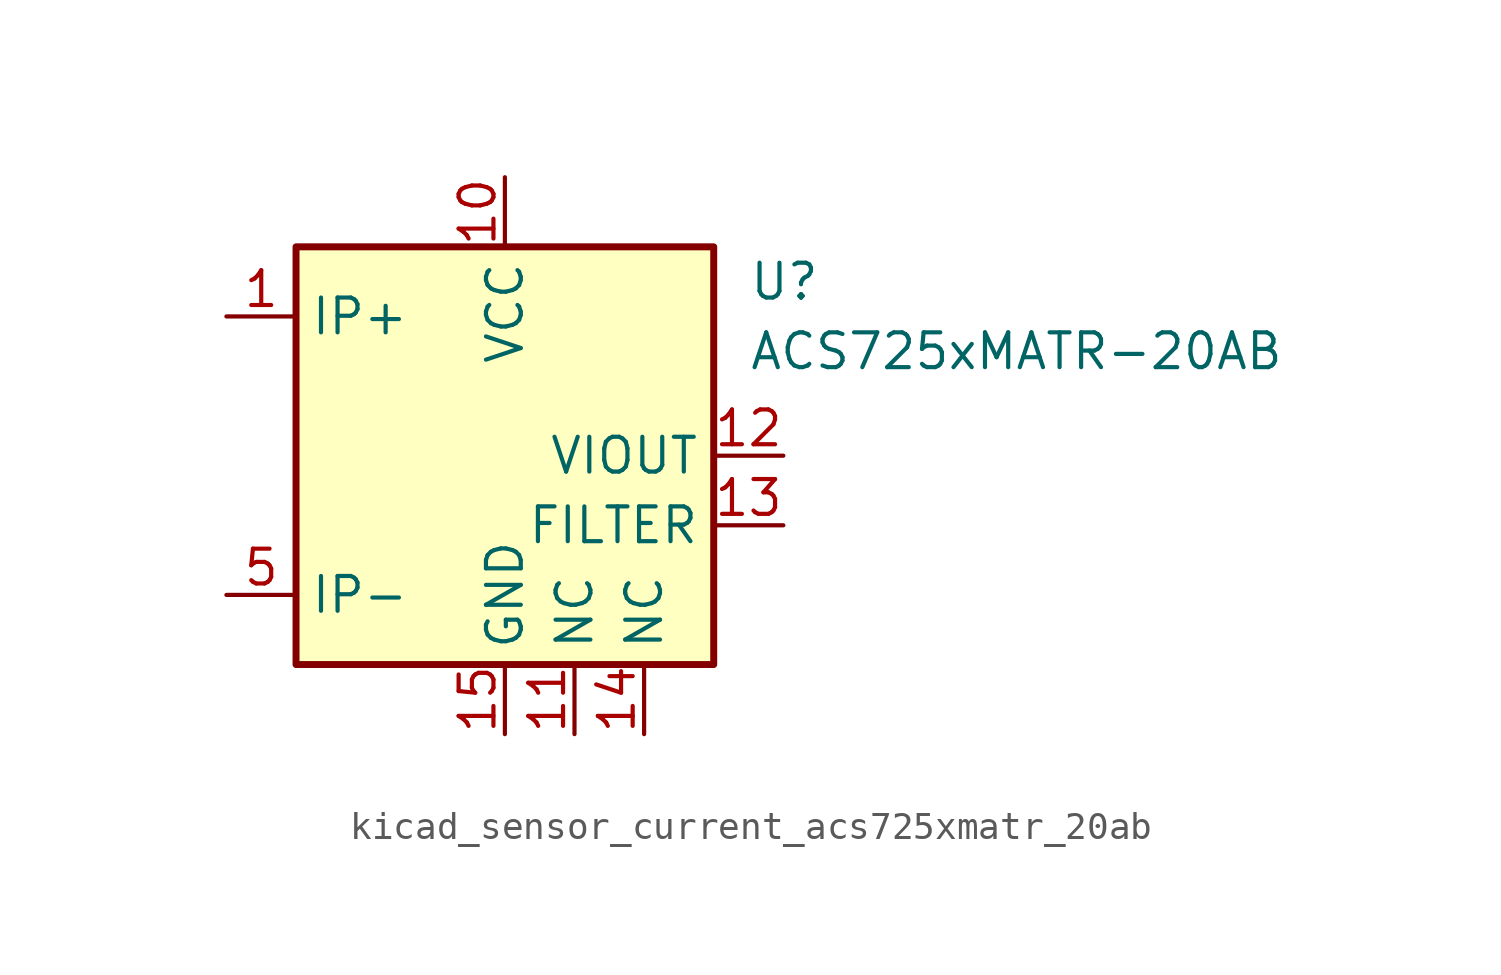
<source format=kicad_sym>
(kicad_symbol_lib
  (version 20220914)
  (generator kicad_symbol_editor)
  (symbol "kicad_sensor_current_acs725xmatr_20ab"
    (property "Reference" "U"
      (at 8.89 6.35 0)
      (effects (font (size 1.27 1.27)) (justify left)))
    (property "Value" "ACS725xMATR-20AB"
      (at 8.89 3.81 0)
      (effects (font (size 1.27 1.27)) (justify left)))
    (symbol "kicad_sensor_current_acs725xmatr_20ab_0_1"
      (rectangle (start -7.62 7.62) (end 7.62 -7.62) (stroke (width 0.254) (type default)) (fill (type background))))
    (symbol "kicad_sensor_current_acs725xmatr_20ab_1_1"
      (pin passive line (at -10.16 5.08 0) (length 2.54) (name "IP+" (effects (font (size 1.27 1.27)))) (number "1" (effects (font (size 1.27 1.27)))))
      (pin power_in line (at 0 10.16 270) (length 2.54) (name "VCC" (effects (font (size 1.27 1.27)))) (number "10" (effects (font (size 1.27 1.27)))))
      (pin passive line (at 2.54 -10.16 90) (length 2.54) (name "NC" (effects (font (size 1.27 1.27)))) (number "11" (effects (font (size 1.27 1.27)))))
      (pin output line (at 10.16 0 180) (length 2.54) (name "VIOUT" (effects (font (size 1.27 1.27)))) (number "12" (effects (font (size 1.27 1.27)))))
      (pin passive line (at 10.16 -2.54 180) (length 2.54) (name "FILTER" (effects (font (size 1.27 1.27)))) (number "13" (effects (font (size 1.27 1.27)))))
      (pin passive line (at 5.08 -10.16 90) (length 2.54) (name "NC" (effects (font (size 1.27 1.27)))) (number "14" (effects (font (size 1.27 1.27)))))
      (pin power_in line (at 0 -10.16 90) (length 2.54) (name "GND" (effects (font (size 1.27 1.27)))) (number "15" (effects (font (size 1.27 1.27)))))
      (pin no_connect line (at 7.62 2.54 180) (length 2.54) hide (name "NC" (effects (font (size 1.27 1.27)))) (number "16" (effects (font (size 1.27 1.27)))))
      (pin passive line (at -10.16 5.08 0) (length 2.54) hide (name "IP+" (effects (font (size 1.27 1.27)))) (number "2" (effects (font (size 1.27 1.27)))))
      (pin passive line (at -10.16 5.08 0) (length 2.54) hide (name "IP+" (effects (font (size 1.27 1.27)))) (number "3" (effects (font (size 1.27 1.27)))))
      (pin passive line (at -10.16 5.08 0) (length 2.54) hide (name "IP+" (effects (font (size 1.27 1.27)))) (number "4" (effects (font (size 1.27 1.27)))))
      (pin passive line (at -10.16 -5.08 0) (length 2.54) (name "IP-" (effects (font (size 1.27 1.27)))) (number "5" (effects (font (size 1.27 1.27)))))
      (pin passive line (at -10.16 -5.08 0) (length 2.54) hide (name "IP-" (effects (font (size 1.27 1.27)))) (number "6" (effects (font (size 1.27 1.27)))))
      (pin passive line (at -10.16 -5.08 0) (length 2.54) hide (name "IP-" (effects (font (size 1.27 1.27)))) (number "7" (effects (font (size 1.27 1.27)))))
      (pin passive line (at -10.16 -5.08 0) (length 2.54) hide (name "IP-" (effects (font (size 1.27 1.27)))) (number "8" (effects (font (size 1.27 1.27)))))
      (pin no_connect line (at 7.62 5.08 180) (length 2.54) hide (name "NC" (effects (font (size 1.27 1.27)))) (number "9" (effects (font (size 1.27 1.27))))))))
</source>
